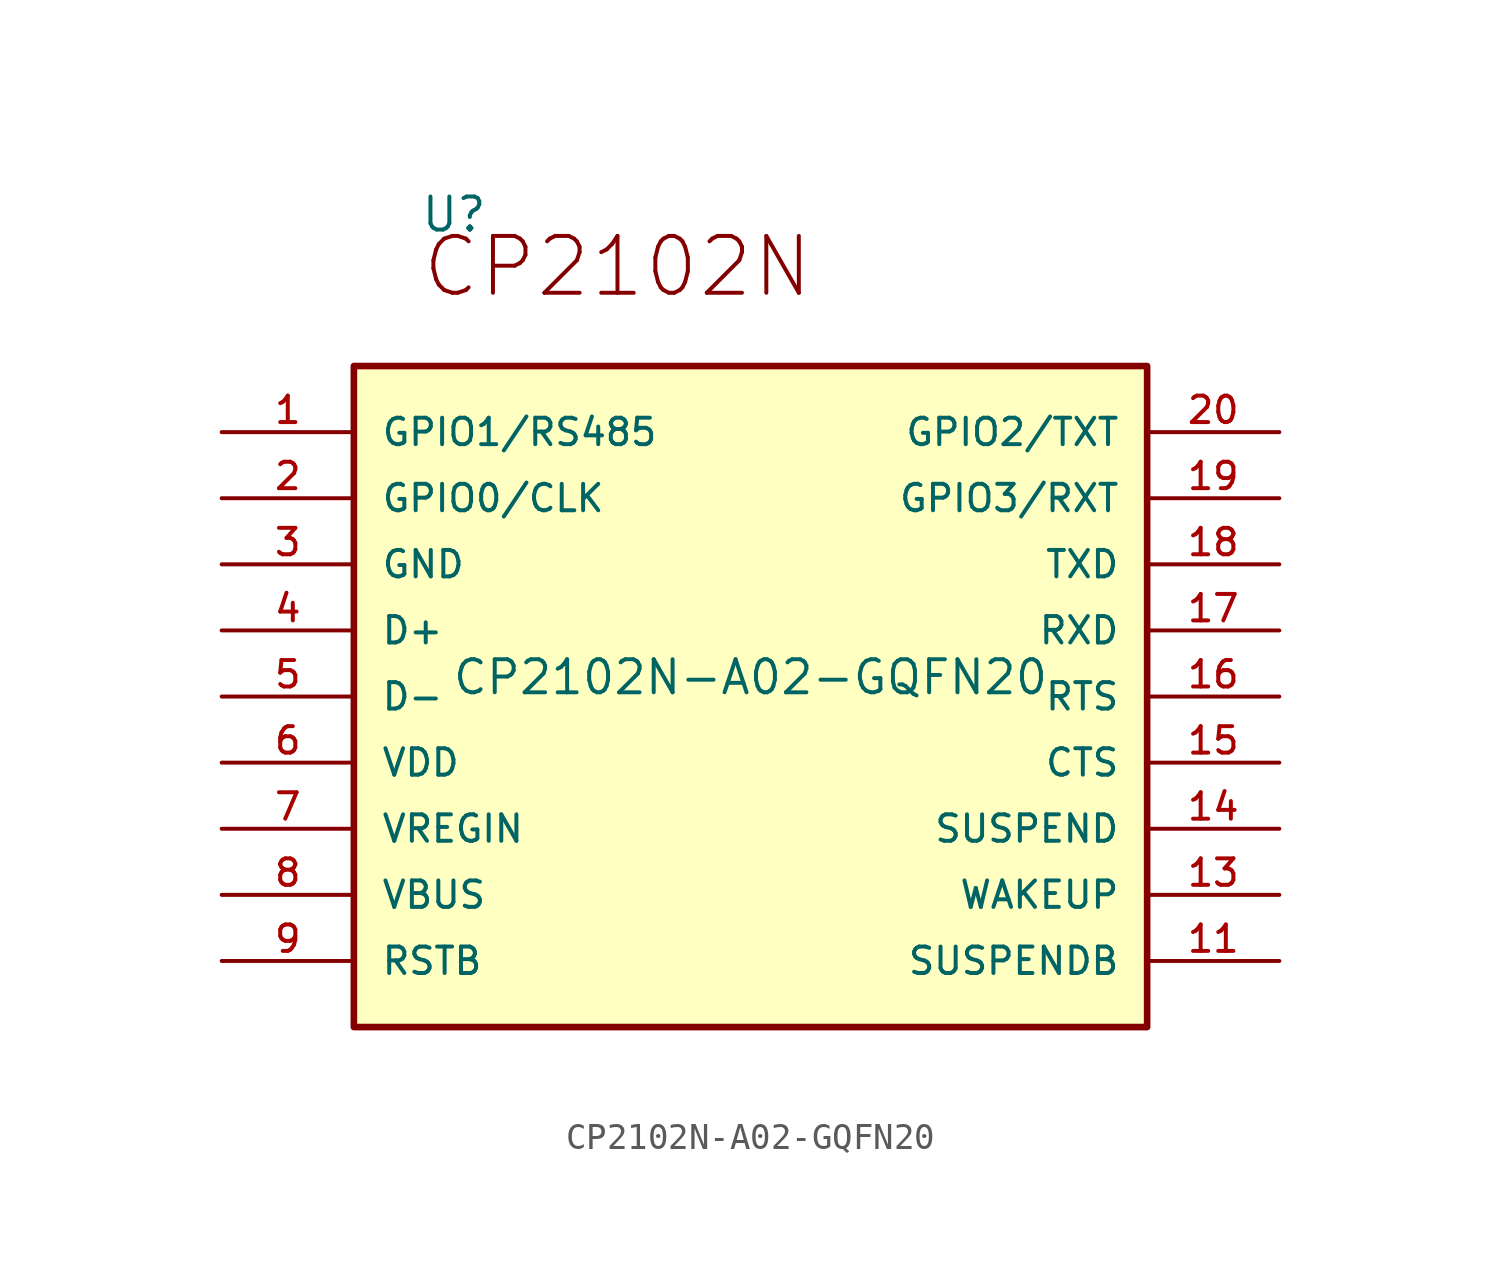
<source format=kicad_sym>
(kicad_symbol_lib
  (version 20211014)
  (generator kicad_symbol_editor)
  (symbol "CP2102N-A02-GQFN20"
    (pin_names
      (offset 1.016))
    (property "Reference" "U"
      (at -12.7 17.78 0)
      (effects (font (size 1.27 1.27)) (justify bottom left)))
    (property "Value" "CP2102N-A02-GQFN20"
      (at 0 0.0 0)
      (effects (font (size 1.27 1.27)) (justify bottom)))
    (symbol "CP2102N-A02-GQFN20_0_0"
      (text "CP2102N" (at -12.7 15.24 0) (effects (font (size 2.184 2.184)) (justify bottom left)))
      (rectangle (start -15.24 -12.7) (end 15.24 12.7) (stroke (width 0.254)) (fill (type background)))
      (pin bidirectional line (at -20.32 10.16 0) (length 5.08) (name "GPIO1/RS485" (effects (font (size 1.016 1.016)))) (number "1" (effects (font (size 1.016 1.016)))))
      (pin bidirectional line (at -20.32 7.62 0) (length 5.08) (name "GPIO0/CLK" (effects (font (size 1.016 1.016)))) (number "2" (effects (font (size 1.016 1.016)))))
      (pin bidirectional line (at -20.32 5.08 0) (length 5.08) (name "GND" (effects (font (size 1.016 1.016)))) (number "3" (effects (font (size 1.016 1.016)))))
      (pin bidirectional line (at -20.32 5.08 0) (length 5.08) hide (name "GND" (effects (font (size 1.016 1.016)))) (number "12" (effects (font (size 1.016 1.016)))))
      (pin bidirectional line (at -20.32 5.08 0) (length 5.08) hide (name "GND" (effects (font (size 1.016 1.016)))) (number "EXP" (effects (font (size 1.016 1.016)))))
      (pin bidirectional line (at -20.32 2.54 0) (length 5.08) (name "D+" (effects (font (size 1.016 1.016)))) (number "4" (effects (font (size 1.016 1.016)))))
      (pin bidirectional line (at -20.32 0.0 0) (length 5.08) (name "D-" (effects (font (size 1.016 1.016)))) (number "5" (effects (font (size 1.016 1.016)))))
      (pin bidirectional line (at -20.32 -2.54 0) (length 5.08) (name "VDD" (effects (font (size 1.016 1.016)))) (number "6" (effects (font (size 1.016 1.016)))))
      (pin bidirectional line (at -20.32 -5.08 0) (length 5.08) (name "VREGIN" (effects (font (size 1.016 1.016)))) (number "7" (effects (font (size 1.016 1.016)))))
      (pin bidirectional line (at -20.32 -7.62 0) (length 5.08) (name "VBUS" (effects (font (size 1.016 1.016)))) (number "8" (effects (font (size 1.016 1.016)))))
      (pin bidirectional line (at -20.32 -10.16 0) (length 5.08) (name "RSTB" (effects (font (size 1.016 1.016)))) (number "9" (effects (font (size 1.016 1.016)))))
      (pin bidirectional line (at 20.32 -10.16 180.0) (length 5.08) (name "SUSPENDB" (effects (font (size 1.016 1.016)))) (number "11" (effects (font (size 1.016 1.016)))))
      (pin bidirectional line (at 20.32 -7.62 180.0) (length 5.08) (name "WAKEUP" (effects (font (size 1.016 1.016)))) (number "13" (effects (font (size 1.016 1.016)))))
      (pin bidirectional line (at 20.32 -5.08 180.0) (length 5.08) (name "SUSPEND" (effects (font (size 1.016 1.016)))) (number "14" (effects (font (size 1.016 1.016)))))
      (pin bidirectional line (at 20.32 -2.54 180.0) (length 5.08) (name "CTS" (effects (font (size 1.016 1.016)))) (number "15" (effects (font (size 1.016 1.016)))))
      (pin bidirectional line (at 20.32 0.0 180.0) (length 5.08) (name "RTS" (effects (font (size 1.016 1.016)))) (number "16" (effects (font (size 1.016 1.016)))))
      (pin bidirectional line (at 20.32 2.54 180.0) (length 5.08) (name "RXD" (effects (font (size 1.016 1.016)))) (number "17" (effects (font (size 1.016 1.016)))))
      (pin bidirectional line (at 20.32 5.08 180.0) (length 5.08) (name "TXD" (effects (font (size 1.016 1.016)))) (number "18" (effects (font (size 1.016 1.016)))))
      (pin bidirectional line (at 20.32 7.62 180.0) (length 5.08) (name "GPIO3/RXT" (effects (font (size 1.016 1.016)))) (number "19" (effects (font (size 1.016 1.016)))))
      (pin bidirectional line (at 20.32 10.16 180.0) (length 5.08) (name "GPIO2/TXT" (effects (font (size 1.016 1.016)))) (number "20" (effects (font (size 1.016 1.016))))))))
</source>
